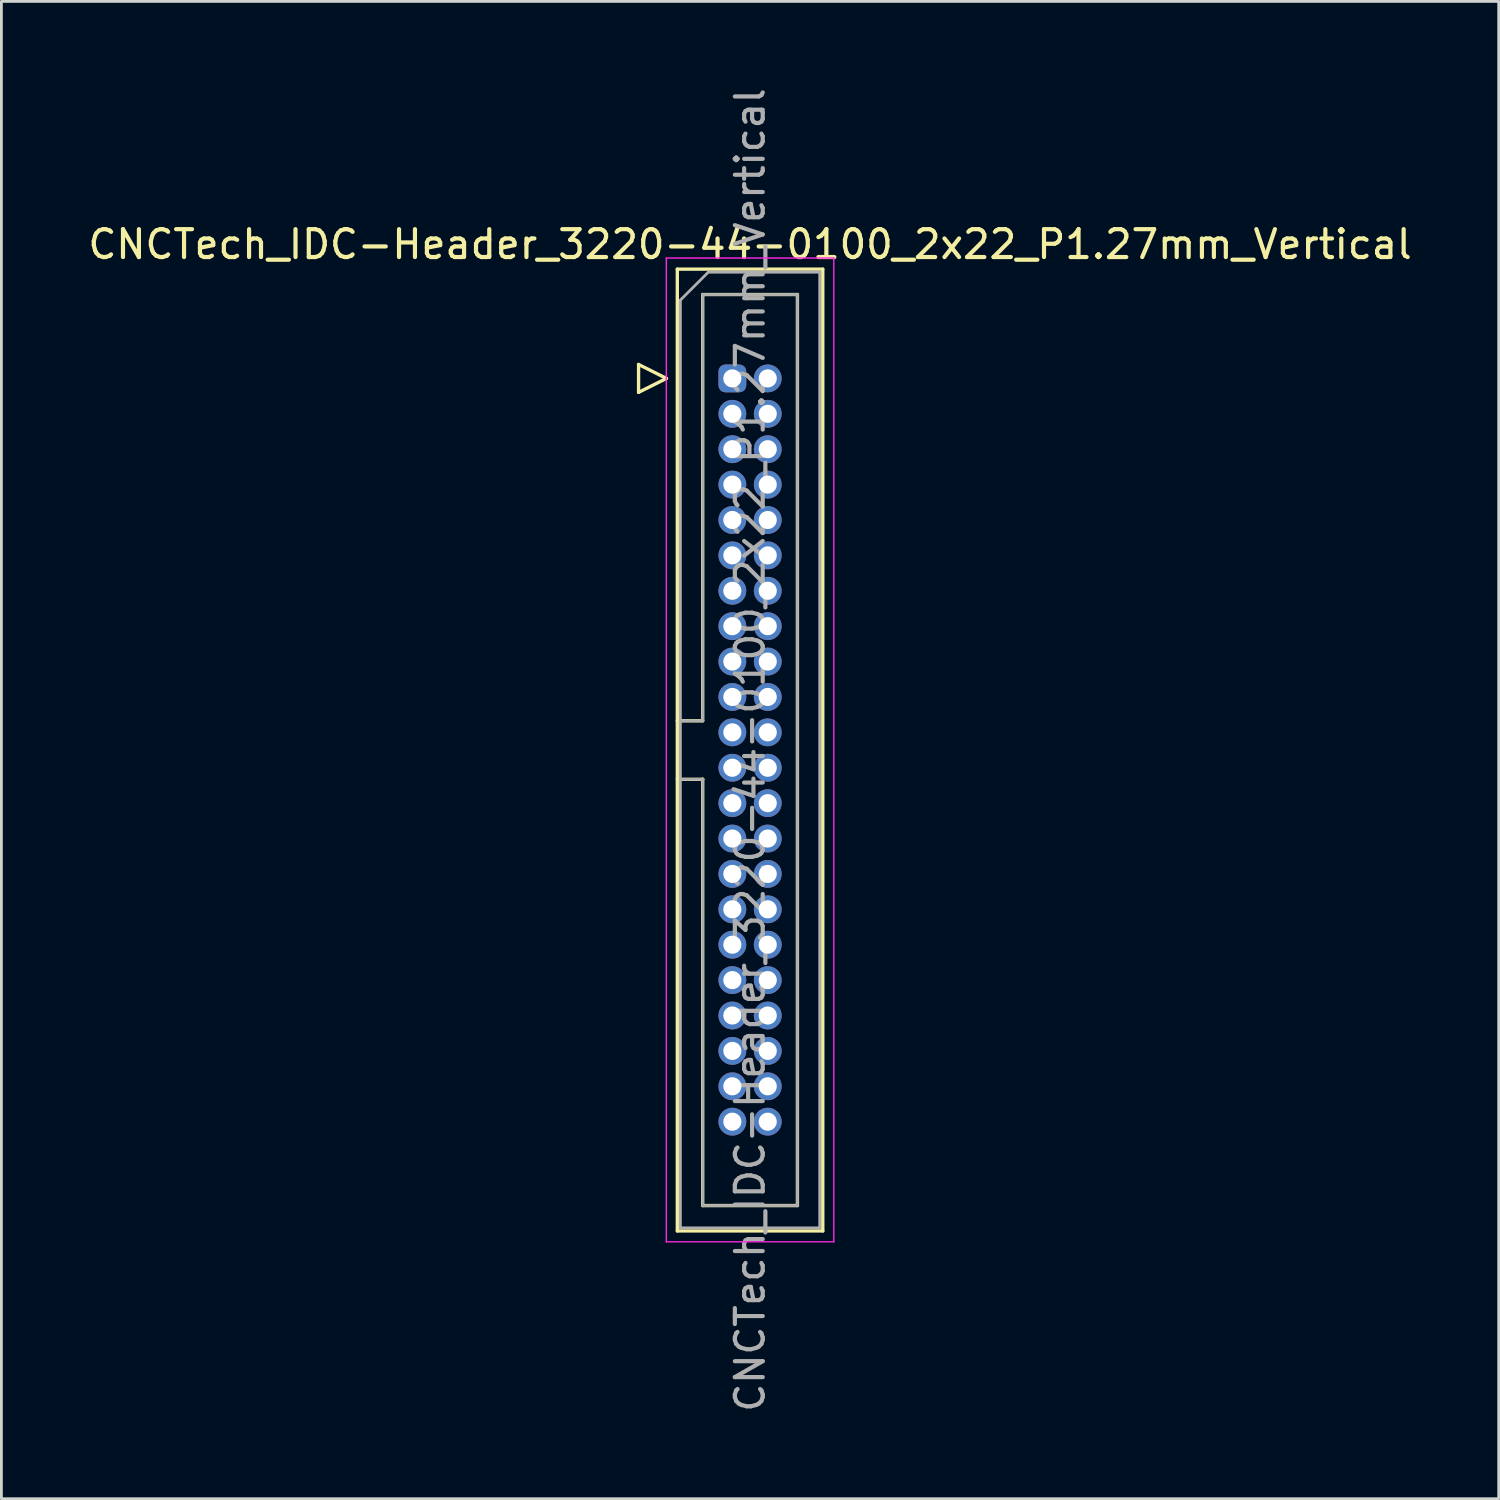
<source format=kicad_pcb>
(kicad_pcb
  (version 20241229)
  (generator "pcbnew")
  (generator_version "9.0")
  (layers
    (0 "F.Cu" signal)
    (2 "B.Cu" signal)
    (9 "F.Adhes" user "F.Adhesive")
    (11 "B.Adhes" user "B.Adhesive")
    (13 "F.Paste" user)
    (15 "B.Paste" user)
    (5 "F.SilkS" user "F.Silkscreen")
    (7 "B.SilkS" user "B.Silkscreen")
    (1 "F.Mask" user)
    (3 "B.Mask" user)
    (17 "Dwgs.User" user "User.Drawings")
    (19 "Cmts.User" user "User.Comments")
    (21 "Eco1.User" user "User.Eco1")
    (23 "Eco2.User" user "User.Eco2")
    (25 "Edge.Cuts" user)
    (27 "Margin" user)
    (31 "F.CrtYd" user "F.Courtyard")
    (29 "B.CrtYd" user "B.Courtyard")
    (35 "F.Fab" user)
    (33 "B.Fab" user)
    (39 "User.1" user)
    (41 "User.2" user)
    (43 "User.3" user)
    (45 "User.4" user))
  (footprint "CNCTech_IDC-Header_3220-44-0100_2x22_P1.27mm_Vertical"
    (layer "F.Cu")
    (at 23.228 10.528)
    (property "Reference" "CNCTech_IDC-Header_3220-44-0100_2x22_P1.27mm_Vertical" (at 0.635 -4.81 0) (layer "F.SilkS") (effects (font (size 1 1) (thickness 0.15))))
    (attr through_hole)
    (fp_line (start -3.365 -0.5) (end -3.365 0.5) (stroke (width 0.12) (type solid)) (layer "F.SilkS"))
    (fp_line (start -3.365 0.5) (end -2.365 0) (stroke (width 0.12) (type solid)) (layer "F.SilkS"))
    (fp_line (start -2.365 0) (end -3.365 -0.5) (stroke (width 0.12) (type solid)) (layer "F.SilkS"))
    (fp_line (start -1.975 -3.92) (end 3.245 -3.92) (stroke (width 0.12) (type solid)) (layer "F.SilkS"))
    (fp_line (start -1.975 12.285) (end -1.065 12.285) (stroke (width 0.12) (type solid)) (layer "F.SilkS"))
    (fp_line (start -1.975 30.59) (end -1.975 -3.92) (stroke (width 0.12) (type solid)) (layer "F.SilkS"))
    (fp_line (start -1.065 -3.01) (end 2.335 -3.01) (stroke (width 0.12) (type solid)) (layer "F.SilkS"))
    (fp_line (start -1.065 12.285) (end -1.065 -3.01) (stroke (width 0.12) (type solid)) (layer "F.SilkS"))
    (fp_line (start -1.065 14.385) (end -1.975 14.385) (stroke (width 0.12) (type solid)) (layer "F.SilkS"))
    (fp_line (start -1.065 14.385) (end -1.065 14.385) (stroke (width 0.12) (type solid)) (layer "F.SilkS"))
    (fp_line (start -1.065 29.68) (end -1.065 14.385) (stroke (width 0.12) (type solid)) (layer "F.SilkS"))
    (fp_line (start 2.335 -3.01) (end 2.335 29.68) (stroke (width 0.12) (type solid)) (layer "F.SilkS"))
    (fp_line (start 2.335 29.68) (end -1.065 29.68) (stroke (width 0.12) (type solid)) (layer "F.SilkS"))
    (fp_line (start 3.245 -3.92) (end 3.245 30.59) (stroke (width 0.12) (type solid)) (layer "F.SilkS"))
    (fp_line (start 3.245 30.59) (end -1.975 30.59) (stroke (width 0.12) (type solid)) (layer "F.SilkS"))
    (fp_line (start -2.37 -4.32) (end -2.37 30.98) (stroke (width 0.05) (type solid)) (layer "F.CrtYd"))
    (fp_line (start -2.37 30.98) (end 3.64 30.98) (stroke (width 0.05) (type solid)) (layer "F.CrtYd"))
    (fp_line (start 3.64 -4.32) (end -2.37 -4.32) (stroke (width 0.05) (type solid)) (layer "F.CrtYd"))
    (fp_line (start 3.64 30.98) (end 3.64 -4.32) (stroke (width 0.05) (type solid)) (layer "F.CrtYd"))
    (fp_line (start -1.865 -2.81) (end -0.865 -3.81) (stroke (width 0.1) (type solid)) (layer "F.Fab"))
    (fp_line (start -1.865 12.285) (end -1.065 12.285) (stroke (width 0.1) (type solid)) (layer "F.Fab"))
    (fp_line (start -1.865 30.48) (end -1.865 -2.81) (stroke (width 0.1) (type solid)) (layer "F.Fab"))
    (fp_line (start -1.065 -3.01) (end 2.335 -3.01) (stroke (width 0.1) (type solid)) (layer "F.Fab"))
    (fp_line (start -1.065 12.285) (end -1.065 -3.01) (stroke (width 0.1) (type solid)) (layer "F.Fab"))
    (fp_line (start -1.065 14.385) (end -1.865 14.385) (stroke (width 0.1) (type solid)) (layer "F.Fab"))
    (fp_line (start -1.065 14.385) (end -1.065 14.385) (stroke (width 0.1) (type solid)) (layer "F.Fab"))
    (fp_line (start -1.065 29.68) (end -1.065 14.385) (stroke (width 0.1) (type solid)) (layer "F.Fab"))
    (fp_line (start -0.865 -3.81) (end 3.135 -3.81) (stroke (width 0.1) (type solid)) (layer "F.Fab"))
    (fp_line (start 2.335 -3.01) (end 2.335 29.68) (stroke (width 0.1) (type solid)) (layer "F.Fab"))
    (fp_line (start 2.335 29.68) (end -1.065 29.68) (stroke (width 0.1) (type solid)) (layer "F.Fab"))
    (fp_line (start 3.135 -3.81) (end 3.135 30.48) (stroke (width 0.1) (type solid)) (layer "F.Fab"))
    (fp_line (start 3.135 30.48) (end -1.865 30.48) (stroke (width 0.1) (type solid)) (layer "F.Fab"))
    (fp_text user "${REFERENCE}" (at 0.635 13.335 90) (layer "F.Fab") (effects (font (size 1 1) (thickness 0.15))))
    (pad "1" thru_hole roundrect (at 0 0) (size 1 1) (drill 0.65) (layers "*.Cu" "*.Mask") (roundrect_rratio 0.25))
    (pad "2" thru_hole circle (at 1.27 0) (size 1 1) (drill 0.65) (layers "*.Cu" "*.Mask"))
    (pad "3" thru_hole circle (at 0 1.27) (size 1 1) (drill 0.65) (layers "*.Cu" "*.Mask"))
    (pad "4" thru_hole circle (at 1.27 1.27) (size 1 1) (drill 0.65) (layers "*.Cu" "*.Mask"))
    (pad "5" thru_hole circle (at 0 2.54) (size 1 1) (drill 0.65) (layers "*.Cu" "*.Mask"))
    (pad "6" thru_hole circle (at 1.27 2.54) (size 1 1) (drill 0.65) (layers "*.Cu" "*.Mask"))
    (pad "7" thru_hole circle (at 0 3.81) (size 1 1) (drill 0.65) (layers "*.Cu" "*.Mask"))
    (pad "8" thru_hole circle (at 1.27 3.81) (size 1 1) (drill 0.65) (layers "*.Cu" "*.Mask"))
    (pad "9" thru_hole circle (at 0 5.08) (size 1 1) (drill 0.65) (layers "*.Cu" "*.Mask"))
    (pad "10" thru_hole circle (at 1.27 5.08) (size 1 1) (drill 0.65) (layers "*.Cu" "*.Mask"))
    (pad "11" thru_hole circle (at 0 6.35) (size 1 1) (drill 0.65) (layers "*.Cu" "*.Mask"))
    (pad "12" thru_hole circle (at 1.27 6.35) (size 1 1) (drill 0.65) (layers "*.Cu" "*.Mask"))
    (pad "13" thru_hole circle (at 0 7.62) (size 1 1) (drill 0.65) (layers "*.Cu" "*.Mask"))
    (pad "14" thru_hole circle (at 1.27 7.62) (size 1 1) (drill 0.65) (layers "*.Cu" "*.Mask"))
    (pad "15" thru_hole circle (at 0 8.89) (size 1 1) (drill 0.65) (layers "*.Cu" "*.Mask"))
    (pad "16" thru_hole circle (at 1.27 8.89) (size 1 1) (drill 0.65) (layers "*.Cu" "*.Mask"))
    (pad "17" thru_hole circle (at 0 10.16) (size 1 1) (drill 0.65) (layers "*.Cu" "*.Mask"))
    (pad "18" thru_hole circle (at 1.27 10.16) (size 1 1) (drill 0.65) (layers "*.Cu" "*.Mask"))
    (pad "19" thru_hole circle (at 0 11.43) (size 1 1) (drill 0.65) (layers "*.Cu" "*.Mask"))
    (pad "20" thru_hole circle (at 1.27 11.43) (size 1 1) (drill 0.65) (layers "*.Cu" "*.Mask"))
    (pad "21" thru_hole circle (at 0 12.7) (size 1 1) (drill 0.65) (layers "*.Cu" "*.Mask"))
    (pad "22" thru_hole circle (at 1.27 12.7) (size 1 1) (drill 0.65) (layers "*.Cu" "*.Mask"))
    (pad "23" thru_hole circle (at 0 13.97) (size 1 1) (drill 0.65) (layers "*.Cu" "*.Mask"))
    (pad "24" thru_hole circle (at 1.27 13.97) (size 1 1) (drill 0.65) (layers "*.Cu" "*.Mask"))
    (pad "25" thru_hole circle (at 0 15.24) (size 1 1) (drill 0.65) (layers "*.Cu" "*.Mask"))
    (pad "26" thru_hole circle (at 1.27 15.24) (size 1 1) (drill 0.65) (layers "*.Cu" "*.Mask"))
    (pad "27" thru_hole circle (at 0 16.51) (size 1 1) (drill 0.65) (layers "*.Cu" "*.Mask"))
    (pad "28" thru_hole circle (at 1.27 16.51) (size 1 1) (drill 0.65) (layers "*.Cu" "*.Mask"))
    (pad "29" thru_hole circle (at 0 17.78) (size 1 1) (drill 0.65) (layers "*.Cu" "*.Mask"))
    (pad "30" thru_hole circle (at 1.27 17.78) (size 1 1) (drill 0.65) (layers "*.Cu" "*.Mask"))
    (pad "31" thru_hole circle (at 0 19.05) (size 1 1) (drill 0.65) (layers "*.Cu" "*.Mask"))
    (pad "32" thru_hole circle (at 1.27 19.05) (size 1 1) (drill 0.65) (layers "*.Cu" "*.Mask"))
    (pad "33" thru_hole circle (at 0 20.32) (size 1 1) (drill 0.65) (layers "*.Cu" "*.Mask"))
    (pad "34" thru_hole circle (at 1.27 20.32) (size 1 1) (drill 0.65) (layers "*.Cu" "*.Mask"))
    (pad "35" thru_hole circle (at 0 21.59) (size 1 1) (drill 0.65) (layers "*.Cu" "*.Mask"))
    (pad "36" thru_hole circle (at 1.27 21.59) (size 1 1) (drill 0.65) (layers "*.Cu" "*.Mask"))
    (pad "37" thru_hole circle (at 0 22.86) (size 1 1) (drill 0.65) (layers "*.Cu" "*.Mask"))
    (pad "38" thru_hole circle (at 1.27 22.86) (size 1 1) (drill 0.65) (layers "*.Cu" "*.Mask"))
    (pad "39" thru_hole circle (at 0 24.13) (size 1 1) (drill 0.65) (layers "*.Cu" "*.Mask"))
    (pad "40" thru_hole circle (at 1.27 24.13) (size 1 1) (drill 0.65) (layers "*.Cu" "*.Mask"))
    (pad "41" thru_hole circle (at 0 25.4) (size 1 1) (drill 0.65) (layers "*.Cu" "*.Mask"))
    (pad "42" thru_hole circle (at 1.27 25.4) (size 1 1) (drill 0.65) (layers "*.Cu" "*.Mask"))
    (pad "43" thru_hole circle (at 0 26.67) (size 1 1) (drill 0.65) (layers "*.Cu" "*.Mask"))
    (pad "44" thru_hole circle (at 1.27 26.67) (size 1 1) (drill 0.65) (layers "*.Cu" "*.Mask")))
  (gr_rect
    (start -3 -3)
    (end 50.726 50.726)
    (stroke (width 0.1) (type default))
    (fill no)
    (layer "Edge.Cuts")))
</source>
